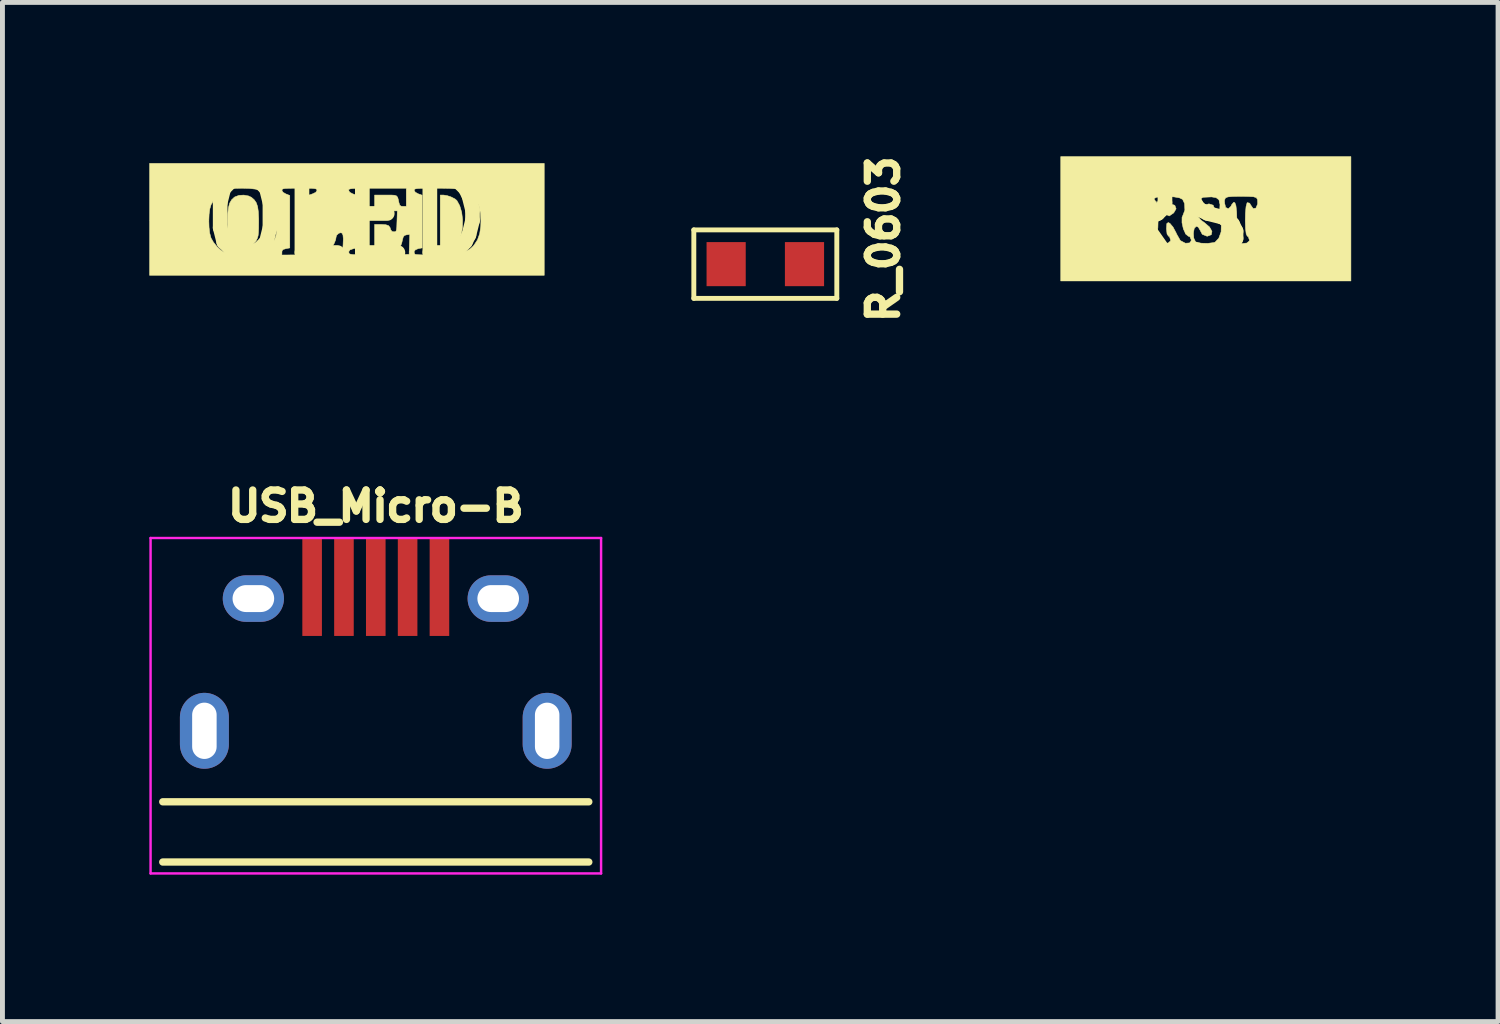
<source format=kicad_pcb>
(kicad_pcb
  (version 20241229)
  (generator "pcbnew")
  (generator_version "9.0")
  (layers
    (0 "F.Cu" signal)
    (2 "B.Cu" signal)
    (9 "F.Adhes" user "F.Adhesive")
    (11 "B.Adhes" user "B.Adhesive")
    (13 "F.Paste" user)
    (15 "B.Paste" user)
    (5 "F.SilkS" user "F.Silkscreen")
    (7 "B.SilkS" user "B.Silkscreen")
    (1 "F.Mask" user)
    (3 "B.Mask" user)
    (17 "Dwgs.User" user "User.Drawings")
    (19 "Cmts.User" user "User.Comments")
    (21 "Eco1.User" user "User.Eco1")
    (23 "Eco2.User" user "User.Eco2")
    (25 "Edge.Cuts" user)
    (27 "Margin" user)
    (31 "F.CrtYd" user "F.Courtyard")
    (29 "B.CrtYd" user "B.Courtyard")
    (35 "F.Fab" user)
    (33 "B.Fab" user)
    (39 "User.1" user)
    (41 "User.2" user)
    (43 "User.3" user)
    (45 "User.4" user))
  (footprint "USB_Micro-B"
    (layer "F.Cu")
    (at 4.625 10.737)
    (property "Reference" "USB_Micro-B" (at 0 -3.45 0) (layer "F.SilkS") (effects (font (size 0.6 0.6) (thickness 0.15))))
    (attr smd)
    (fp_line (start -4.351 3.817) (end 4.349 3.817) (stroke (width 0.15) (type solid)) (layer "F.SilkS"))
    (fp_line (start 4.349 2.587) (end -4.351 2.587) (stroke (width 0.15) (type solid)) (layer "F.SilkS"))
    (fp_line (start -4.6 -2.8) (end 4.6 -2.8) (stroke (width 0.05) (type solid)) (layer "F.CrtYd"))
    (fp_line (start -4.6 4.05) (end -4.6 -2.8) (stroke (width 0.05) (type solid)) (layer "F.CrtYd"))
    (fp_line (start 4.6 -2.8) (end 4.6 4.05) (stroke (width 0.05) (type solid)) (layer "F.CrtYd"))
    (fp_line (start 4.6 4.05) (end -4.6 4.05) (stroke (width 0.05) (type solid)) (layer "F.CrtYd"))
    (pad "1" smd rect (at -1.301 -1.8 90) (size 2 0.4) (layers "F.Cu" "F.Mask" "F.Paste"))
    (pad "2" smd rect (at -0.651 -1.8 90) (size 2 0.4) (layers "F.Cu" "F.Mask" "F.Paste"))
    (pad "3" smd rect (at -0.001 -1.8 90) (size 2 0.4) (layers "F.Cu" "F.Mask" "F.Paste"))
    (pad "4" smd rect (at 0.649 -1.8 90) (size 2 0.4) (layers "F.Cu" "F.Mask" "F.Paste"))
    (pad "5" smd rect (at 1.299 -1.8 90) (size 2 0.4) (layers "F.Cu" "F.Mask" "F.Paste"))
    (pad "6" thru_hole oval (at -3.501 1.137 90) (size 1.55 1) (drill oval 1.15 0.5) (layers "*.Cu" "*.Mask"))
    (pad "6" thru_hole oval (at -2.501 -1.563 90) (size 0.95 1.25) (drill oval 0.55 0.85) (layers "*.Cu" "*.Mask"))
    (pad "6" thru_hole oval (at 2.499 -1.563 90) (size 0.95 1.25) (drill oval 0.55 0.85) (layers "*.Cu" "*.Mask"))
    (pad "6" thru_hole oval (at 3.499 1.137 90) (size 1.55 1) (drill oval 1.15 0.5) (layers "*.Cu" "*.Mask")))
  (footprint "OLED"
    (layer "F.Cu")
    (at 4.023 1.418)
    (property "Reference" "OLED" (at 0 0 0) (layer "F.SilkS") (effects (font (size 1.524 1.524) (thickness 0.3))))
    (attr through_hole)
    (fp_poly (pts (xy 2.059 -0.473) (xy 2.144 -0.444) (xy 2.218 -0.406) (xy 2.257 -0.373) (xy 2.315 -0.268) (xy 2.355 -0.134) (xy 2.374 0.019) (xy 2.371 0.177) (xy 2.347 0.317) (xy 2.321 0.399) (xy 2.292 0.468) (xy 2.269 0.502) (xy 2.2 0.548) (xy 2.106 0.583) (xy 2.008 0.6) (xy 1.99 0.6) (xy 1.917 0.6) (xy 1.917 -0.485) (xy 1.983 -0.485) (xy 2.059 -0.473)) (stroke (width 0.01) (type solid)) (fill yes) (layer "F.SilkS"))
    (fp_poly (pts (xy -1.996 -0.466) (xy -1.938 -0.438) (xy -1.881 -0.388) (xy -1.839 -0.327) (xy -1.812 -0.248) (xy -1.797 -0.142) (xy -1.79 -0.001) (xy -1.79 0.069) (xy -1.791 0.193) (xy -1.795 0.281) (xy -1.802 0.344) (xy -1.815 0.392) (xy -1.835 0.436) (xy -1.845 0.454) (xy -1.921 0.547) (xy -2.02 0.601) (xy -2.14 0.614) (xy -2.194 0.607) (xy -2.253 0.583) (xy -2.305 0.546) (xy -2.352 0.494) (xy -2.386 0.431) (xy -2.408 0.351) (xy -2.42 0.243) (xy -2.424 0.101) (xy -2.425 0.054) (xy -2.421 -0.106) (xy -2.407 -0.228) (xy -2.383 -0.319) (xy -2.344 -0.387) (xy -2.29 -0.438) (xy -2.277 -0.447) (xy -2.194 -0.478) (xy -2.094 -0.484) (xy -1.996 -0.466)) (stroke (width 0.01) (type solid)) (fill yes) (layer "F.SilkS"))
    (fp_poly (pts (xy 4.041 1.155) (xy -4.018 1.155) (xy -4.018 0.04) (xy -2.808 0.04) (xy -2.804 0.173) (xy -2.79 0.293) (xy -2.765 0.387) (xy -2.763 0.393) (xy -2.713 0.48) (xy -2.64 0.57) (xy -2.556 0.647) (xy -2.476 0.696) (xy -2.472 0.698) (xy -2.339 0.736) (xy -2.186 0.755) (xy -2.028 0.755) (xy -1.88 0.736) (xy -1.759 0.698) (xy -1.755 0.696) (xy -1.62 0.614) (xy -1.519 0.508) (xy -1.472 0.432) (xy -1.449 0.383) (xy -1.434 0.332) (xy -1.425 0.268) (xy -1.421 0.179) (xy -1.42 0.069) (xy -1.426 -0.096) (xy -1.444 -0.225) (xy -1.479 -0.326) (xy -1.532 -0.409) (xy -1.598 -0.474) (xy -1.681 -0.537) (xy -1.764 -0.58) (xy -1.771 -0.582) (xy -1.316 -0.582) (xy -1.294 -0.542) (xy -1.235 -0.508) (xy -1.155 -0.476) (xy -1.155 0.595) (xy -1.235 0.61) (xy -1.291 0.627) (xy -1.313 0.655) (xy -1.316 0.683) (xy -1.316 0.74) (xy -0.699 0.734) (xy -0.081 0.727) (xy -0.067 0.531) (xy -0.062 0.411) (xy -0.069 0.333) (xy -0.089 0.292) (xy -0.124 0.285) (xy -0.159 0.299) (xy -0.197 0.335) (xy -0.208 0.367) (xy -0.219 0.429) (xy -0.246 0.498) (xy -0.28 0.556) (xy -0.313 0.586) (xy -0.351 0.592) (xy -0.424 0.597) (xy -0.517 0.6) (xy -0.568 0.6) (xy -0.785 0.6) (xy -0.785 -0.478) (xy -0.693 -0.508) (xy -0.625 -0.54) (xy -0.601 -0.577) (xy -0.6 -0.581) (xy -0.601 -0.582) (xy 0.046 -0.582) (xy 0.068 -0.543) (xy 0.127 -0.511) (xy 0.208 -0.482) (xy 0.208 0.597) (xy 0.139 0.612) (xy 0.073 0.636) (xy 0.049 0.673) (xy 0.055 0.706) (xy 0.065 0.716) (xy 0.088 0.724) (xy 0.131 0.73) (xy 0.198 0.733) (xy 0.293 0.735) (xy 0.423 0.735) (xy 0.591 0.734) (xy 0.675 0.734) (xy 1.282 0.727) (xy 1.283 0.674) (xy 1.382 0.674) (xy 1.395 0.717) (xy 1.401 0.724) (xy 1.43 0.73) (xy 1.497 0.735) (xy 1.593 0.738) (xy 1.708 0.74) (xy 1.834 0.739) (xy 1.962 0.737) (xy 2.084 0.733) (xy 2.19 0.728) (xy 2.272 0.722) (xy 2.32 0.714) (xy 2.325 0.713) (xy 2.427 0.669) (xy 2.497 0.634) (xy 2.547 0.6) (xy 2.589 0.559) (xy 2.607 0.538) (xy 2.678 0.43) (xy 2.723 0.305) (xy 2.745 0.153) (xy 2.748 0.048) (xy 2.739 -0.12) (xy 2.709 -0.255) (xy 2.655 -0.365) (xy 2.576 -0.458) (xy 2.517 -0.51) (xy 2.46 -0.551) (xy 2.397 -0.58) (xy 2.321 -0.6) (xy 2.225 -0.613) (xy 2.102 -0.62) (xy 1.944 -0.623) (xy 1.835 -0.623) (xy 1.68 -0.623) (xy 1.566 -0.622) (xy 1.485 -0.619) (xy 1.433 -0.615) (xy 1.403 -0.608) (xy 1.389 -0.597) (xy 1.385 -0.583) (xy 1.385 -0.582) (xy 1.408 -0.543) (xy 1.466 -0.511) (xy 1.547 -0.482) (xy 1.547 0.595) (xy 1.466 0.61) (xy 1.408 0.635) (xy 1.382 0.674) (xy 1.283 0.674) (xy 1.288 0.524) (xy 1.295 0.32) (xy 1.231 0.327) (xy 1.187 0.34) (xy 1.162 0.372) (xy 1.147 0.427) (xy 1.131 0.495) (xy 1.114 0.541) (xy 1.086 0.569) (xy 1.038 0.584) (xy 0.963 0.591) (xy 0.851 0.595) (xy 0.835 0.595) (xy 0.577 0.602) (xy 0.577 0.115) (xy 0.713 0.115) (xy 0.805 0.121) (xy 0.862 0.14) (xy 0.892 0.178) (xy 0.904 0.219) (xy 0.93 0.257) (xy 0.97 0.266) (xy 0.997 0.264) (xy 1.014 0.252) (xy 1.024 0.223) (xy 1.03 0.166) (xy 1.033 0.074) (xy 1.034 0.052) (xy 1.041 -0.162) (xy 0.974 -0.162) (xy 0.924 -0.154) (xy 0.899 -0.12) (xy 0.892 -0.092) (xy 0.883 -0.055) (xy 0.866 -0.034) (xy 0.83 -0.025) (xy 0.763 -0.023) (xy 0.728 -0.023) (xy 0.577 -0.023) (xy 0.577 -0.485) (xy 0.807 -0.485) (xy 0.913 -0.485) (xy 0.982 -0.481) (xy 1.023 -0.468) (xy 1.047 -0.44) (xy 1.061 -0.393) (xy 1.074 -0.329) (xy 1.091 -0.277) (xy 1.122 -0.256) (xy 1.156 -0.254) (xy 1.224 -0.254) (xy 1.224 -0.623) (xy 0.635 -0.623) (xy 0.455 -0.623) (xy 0.316 -0.622) (xy 0.212 -0.621) (xy 0.139 -0.618) (xy 0.091 -0.613) (xy 0.063 -0.606) (xy 0.05 -0.597) (xy 0.046 -0.584) (xy 0.046 -0.582) (xy -0.601 -0.582) (xy -0.603 -0.597) (xy -0.617 -0.609) (xy -0.648 -0.616) (xy -0.703 -0.621) (xy -0.789 -0.623) (xy -0.912 -0.623) (xy -0.958 -0.623) (xy -1.094 -0.623) (xy -1.191 -0.621) (xy -1.255 -0.618) (xy -1.292 -0.611) (xy -1.31 -0.601) (xy -1.316 -0.586) (xy -1.316 -0.582) (xy -1.771 -0.582) (xy -1.858 -0.606) (xy -1.974 -0.619) (xy -2.114 -0.623) (xy -2.232 -0.622) (xy -2.316 -0.618) (xy -2.379 -0.607) (xy -2.433 -0.59) (xy -2.486 -0.565) (xy -2.617 -0.48) (xy -2.715 -0.37) (xy -2.763 -0.286) (xy -2.788 -0.203) (xy -2.803 -0.09) (xy -2.808 0.04) (xy -4.018 0.04) (xy -4.018 -1.131) (xy 4.041 -1.131) (xy 4.041 1.155)) (stroke (width 0.01) (type solid)) (fill yes) (layer "F.SilkS")))
  (footprint "RST"
    (layer "F.Cu")
    (at 21.575 1.418)
    (property "Reference" "RST" (at 0 0 0) (layer "F.SilkS") (effects (font (size 1.524 1.524) (thickness 0.3))))
    (attr through_hole)
    (fp_poly (pts (xy -0.633 -0.275) (xy -0.607 -0.204) (xy -0.655 -0.122) (xy -0.658 -0.119) (xy -0.747 -0.058) (xy -0.792 -0.079) (xy -0.804 -0.178) (xy -0.784 -0.278) (xy -0.722 -0.305) (xy -0.633 -0.275)) (stroke (width 0.01) (type solid)) (fill yes) (layer "F.SilkS"))
    (fp_poly (pts (xy 2.963 1.27) (xy -2.963 1.27) (xy -2.963 -0.406) (xy -1.058 -0.406) (xy -1.026 -0.357) (xy -1.016 -0.356) (xy -0.994 -0.309) (xy -0.979 -0.183) (xy -0.974 -0.000346) (xy -0.974 0) (xy -0.979 0.182) (xy -0.994 0.308) (xy -1.016 0.356) (xy -1.016 0.356) (xy -1.054 0.397) (xy -1.058 0.432) (xy -1.03 0.485) (xy -0.938 0.507) (xy -0.889 0.508) (xy -0.771 0.495) (xy -0.723 0.454) (xy -0.72 0.432) (xy -0.743 0.364) (xy -0.762 0.356) (xy -0.792 0.311) (xy -0.804 0.205) (xy -0.804 0.201) (xy -0.797 0.097) (xy -0.767 0.076) (xy -0.734 0.093) (xy -0.669 0.17) (xy -0.603 0.294) (xy -0.596 0.312) (xy -0.52 0.445) (xy -0.419 0.498) (xy -0.413 0.499) (xy -0.323 0.492) (xy -0.296 0.435) (xy -0.327 0.366) (xy -0.357 0.356) (xy -0.411 0.312) (xy -0.421 0.289) (xy -0.254 0.289) (xy -0.246 0.395) (xy -0.211 0.468) (xy -0.201 0.474) (xy -0.098 0.498) (xy 0.039 0.502) (xy 0.161 0.486) (xy 0.19 0.476) (xy 0.265 0.396) (xy 0.312 0.266) (xy 0.315 0.138) (xy 0.311 0.125) (xy 0.26 0.054) (xy 0.161 -0.028) (xy 0.122 -0.054) (xy 0.01 -0.142) (xy -0.038 -0.223) (xy -0.021 -0.282) (xy 0.064 -0.305) (xy 0.149 -0.278) (xy 0.169 -0.229) (xy 0.203 -0.162) (xy 0.236 -0.152) (xy 0.284 -0.185) (xy 0.289 -0.292) (xy 0.28 -0.33) (xy 0.381 -0.33) (xy 0.405 -0.232) (xy 0.46 -0.204) (xy 0.514 -0.257) (xy 0.524 -0.283) (xy 0.566 -0.335) (xy 0.592 -0.33) (xy 0.615 -0.268) (xy 0.629 -0.143) (xy 0.634 0.013) (xy 0.631 0.169) (xy 0.619 0.293) (xy 0.598 0.354) (xy 0.593 0.356) (xy 0.555 0.397) (xy 0.55 0.432) (xy 0.578 0.485) (xy 0.671 0.507) (xy 0.72 0.508) (xy 0.837 0.495) (xy 0.886 0.454) (xy 0.889 0.432) (xy 0.866 0.364) (xy 0.847 0.356) (xy 0.824 0.31) (xy 0.81 0.196) (xy 0.805 0.043) (xy 0.809 -0.116) (xy 0.821 -0.249) (xy 0.842 -0.325) (xy 0.847 -0.33) (xy 0.895 -0.319) (xy 0.915 -0.283) (xy 0.966 -0.209) (xy 1.022 -0.218) (xy 1.057 -0.3) (xy 1.058 -0.33) (xy 1.055 -0.393) (xy 1.032 -0.431) (xy 0.974 -0.45) (xy 0.862 -0.456) (xy 0.72 -0.457) (xy 0.552 -0.456) (xy 0.451 -0.447) (xy 0.401 -0.426) (xy 0.383 -0.384) (xy 0.381 -0.33) (xy 0.28 -0.33) (xy 0.268 -0.387) (xy 0.211 -0.431) (xy 0.118 -0.447) (xy -0.057 -0.439) (xy -0.165 -0.37) (xy -0.205 -0.24) (xy -0.204 -0.187) (xy -0.176 -0.064) (xy -0.1 0.027) (xy -0.032 0.076) (xy 0.076 0.168) (xy 0.125 0.257) (xy 0.112 0.325) (xy 0.034 0.355) (xy 0.024 0.356) (xy -0.073 0.317) (xy -0.106 0.254) (xy -0.153 0.172) (xy -0.193 0.152) (xy -0.236 0.194) (xy -0.254 0.289) (xy -0.421 0.289) (xy -0.459 0.206) (xy -0.487 0.079) (xy -0.486 -0.03) (xy -0.47 -0.066) (xy -0.428 -0.177) (xy -0.435 -0.312) (xy -0.474 -0.396) (xy -0.537 -0.427) (xy -0.648 -0.447) (xy -0.782 -0.456) (xy -0.912 -0.453) (xy -1.012 -0.438) (xy -1.058 -0.41) (xy -1.058 -0.406) (xy -2.963 -0.406) (xy -2.963 -1.27) (xy 2.963 -1.27) (xy 2.963 1.27)) (stroke (width 0.01) (type solid)) (fill yes) (layer "F.SilkS")))
  (footprint "R_0603"
    (layer "F.Cu")
    (at 12.579 2.344)
    (property "Reference" "R_0603" (at 2.413 -0.508 90) (layer "F.SilkS") (effects (font (size 0.6 0.6) (thickness 0.15))))
    (attr smd)
    (fp_line (start -1.46 -0.699) (end 1.46 -0.699) (stroke (width 0.1) (type solid)) (layer "F.SilkS"))
    (fp_line (start -1.46 0.699) (end -1.46 -0.699) (stroke (width 0.1) (type solid)) (layer "F.SilkS"))
    (fp_line (start 1.46 -0.699) (end 1.46 0.699) (stroke (width 0.1) (type solid)) (layer "F.SilkS"))
    (fp_line (start 1.46 0.699) (end -1.46 0.699) (stroke (width 0.1) (type solid)) (layer "F.SilkS"))
    (pad "1" smd rect (at -0.8 0) (size 0.8 0.9) (layers "F.Cu" "F.Mask" "F.Paste"))
    (pad "2" smd rect (at 0.8 0) (size 0.8 0.9) (layers "F.Cu" "F.Mask" "F.Paste")))
  (gr_rect
    (start -3 -3)
    (end 27.543 17.812)
    (stroke (width 0.1) (type default))
    (fill no)
    (layer "Edge.Cuts")))
</source>
